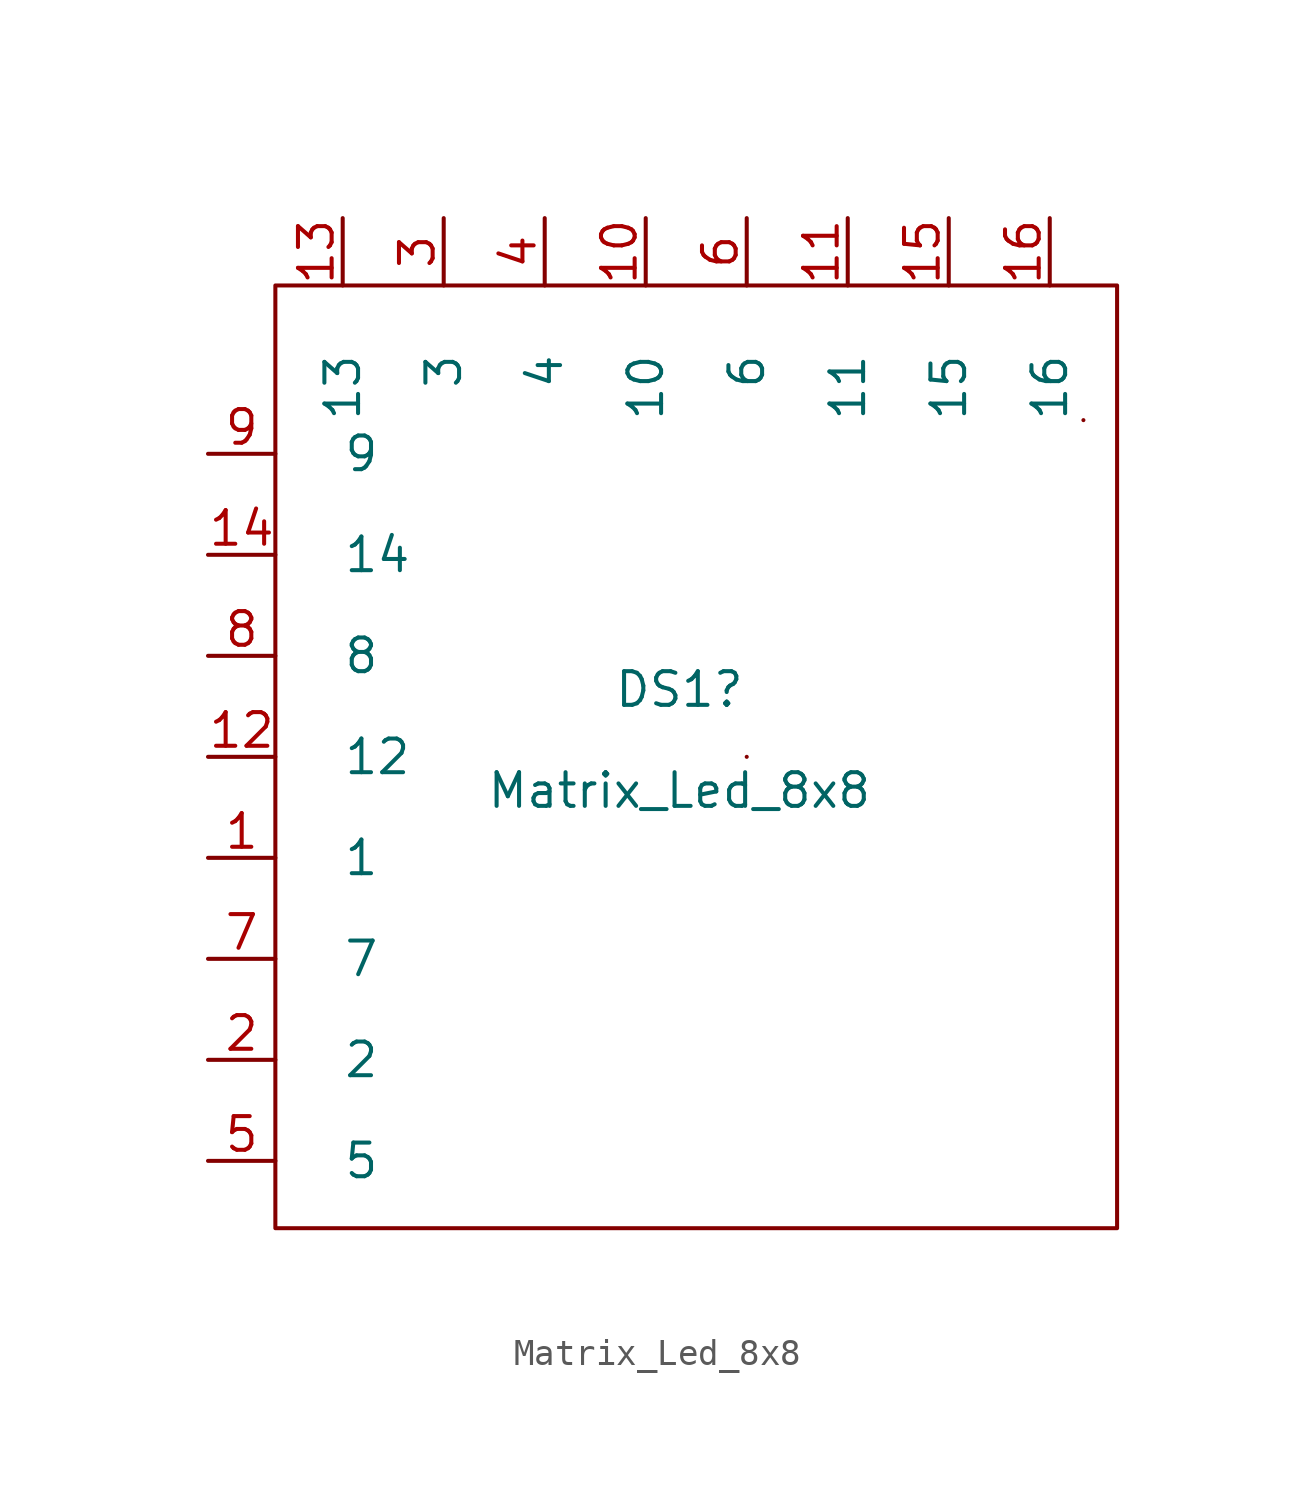
<source format=kicad_sym>
(kicad_symbol_lib
  (version 20211014)
  (generator kicad_symbol_editor)
  (symbol "Matrix_Led_8x8"
    (pin_names
      (offset 2.54))
    (property "Reference" "DS1"
      (at 15.24 20.32 0)
      (effects (font (size 1.27 1.27))))
    (property "Value" "Matrix_Led_8x8"
      (at 15.24 16.51 0)
      (effects (font (size 1.27 1.27))))
    (symbol "Matrix_Led_8x8_0_1"
      (rectangle (start 0 0) (end 31.75 35.56) (stroke (width 0) (type default) (color 0 0 0 0)) (fill (type none)))
      (rectangle (start 17.78 17.78) (end 17.78 17.78) (stroke (width 0) (type default) (color 0 0 0 0)) (fill (type none)))
      (rectangle (start 30.48 30.48) (end 30.48 30.48) (stroke (width 0) (type default) (color 0 0 0 0)) (fill (type none))))
    (symbol "Matrix_Led_8x8_1_1"
      (pin passive line (at -2.54 13.97 0) (length 2.54) (name "1" (effects (font (size 1.27 1.27)))) (number "1" (effects (font (size 1.27 1.27)))))
      (pin passive line (at 13.97 38.1 270) (length 2.54) (name "10" (effects (font (size 1.27 1.27)))) (number "10" (effects (font (size 1.27 1.27)))))
      (pin passive line (at 21.59 38.1 270) (length 2.54) (name "11" (effects (font (size 1.27 1.27)))) (number "11" (effects (font (size 1.27 1.27)))))
      (pin passive line (at -2.54 17.78 0) (length 2.54) (name "12" (effects (font (size 1.27 1.27)))) (number "12" (effects (font (size 1.27 1.27)))))
      (pin passive line (at 2.54 38.1 270) (length 2.54) (name "13" (effects (font (size 1.27 1.27)))) (number "13" (effects (font (size 1.27 1.27)))))
      (pin passive line (at -2.54 25.4 0) (length 2.54) (name "14" (effects (font (size 1.27 1.27)))) (number "14" (effects (font (size 1.27 1.27)))))
      (pin passive line (at 25.4 38.1 270) (length 2.54) (name "15" (effects (font (size 1.27 1.27)))) (number "15" (effects (font (size 1.27 1.27)))))
      (pin passive line (at 29.21 38.1 270) (length 2.54) (name "16" (effects (font (size 1.27 1.27)))) (number "16" (effects (font (size 1.27 1.27)))))
      (pin passive line (at -2.54 6.35 0) (length 2.54) (name "2" (effects (font (size 1.27 1.27)))) (number "2" (effects (font (size 1.27 1.27)))))
      (pin passive line (at 6.35 38.1 270) (length 2.54) (name "3" (effects (font (size 1.27 1.27)))) (number "3" (effects (font (size 1.27 1.27)))))
      (pin passive line (at 10.16 38.1 270) (length 2.54) (name "4" (effects (font (size 1.27 1.27)))) (number "4" (effects (font (size 1.27 1.27)))))
      (pin passive line (at -2.54 2.54 0) (length 2.54) (name "5" (effects (font (size 1.27 1.27)))) (number "5" (effects (font (size 1.27 1.27)))))
      (pin passive line (at 17.78 38.1 270) (length 2.54) (name "6" (effects (font (size 1.27 1.27)))) (number "6" (effects (font (size 1.27 1.27)))))
      (pin passive line (at -2.54 10.16 0) (length 2.54) (name "7" (effects (font (size 1.27 1.27)))) (number "7" (effects (font (size 1.27 1.27)))))
      (pin passive line (at -2.54 21.59 0) (length 2.54) (name "8" (effects (font (size 1.27 1.27)))) (number "8" (effects (font (size 1.27 1.27)))))
      (pin passive line (at -2.54 29.21 0) (length 2.54) (name "9" (effects (font (size 1.27 1.27)))) (number "9" (effects (font (size 1.27 1.27))))))))
</source>
